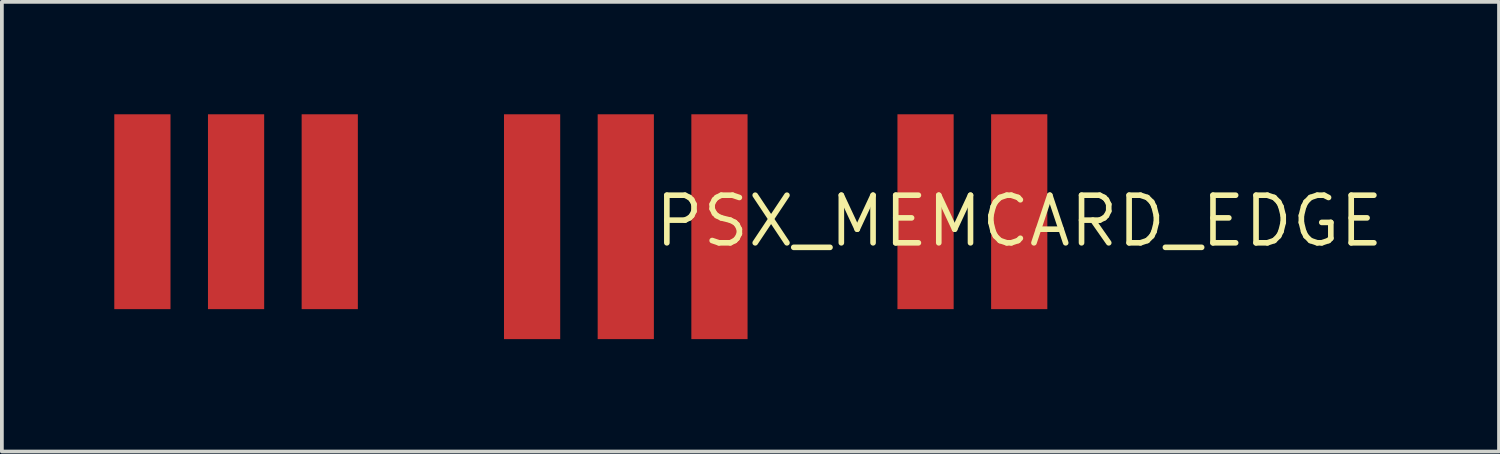
<source format=kicad_pcb>
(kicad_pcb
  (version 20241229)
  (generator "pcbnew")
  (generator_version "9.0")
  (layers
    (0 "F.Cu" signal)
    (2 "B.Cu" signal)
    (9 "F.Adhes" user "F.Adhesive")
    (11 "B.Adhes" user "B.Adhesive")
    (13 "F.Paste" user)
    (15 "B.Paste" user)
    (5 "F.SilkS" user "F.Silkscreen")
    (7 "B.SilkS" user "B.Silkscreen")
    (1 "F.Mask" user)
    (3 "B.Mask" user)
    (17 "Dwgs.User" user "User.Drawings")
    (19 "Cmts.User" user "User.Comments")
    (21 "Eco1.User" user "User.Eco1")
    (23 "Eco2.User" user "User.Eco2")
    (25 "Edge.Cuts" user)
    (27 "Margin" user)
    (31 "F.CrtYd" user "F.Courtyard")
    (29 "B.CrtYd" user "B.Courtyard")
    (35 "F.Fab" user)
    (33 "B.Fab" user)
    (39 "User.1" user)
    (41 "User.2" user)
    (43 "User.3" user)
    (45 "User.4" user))
  (footprint "PSX_MEMCARD_EDGE"
    (layer "F.Cu")
    (at 24.15 2.85)
    (property "Reference" "PSX_MEMCARD_EDGE" (at 0 0 0) (layer "F.SilkS") (effects (font (size 1.27 1.27) (thickness 0.15))))
    (pad "1" smd rect (at 0 -0.25 180) (size 1.5 5.2) (layers "F.Cu" "F.Mask"))
    (pad "2" smd rect (at -2.5 -0.25 180) (size 1.5 5.2) (layers "F.Cu" "F.Mask"))
    (pad "3" smd rect (at -8 0.15 180) (size 1.5 6) (layers "F.Cu" "F.Mask"))
    (pad "4" smd rect (at -10.5 0.15 180) (size 1.5 6) (layers "F.Cu" "F.Mask"))
    (pad "5" smd rect (at -13 0.15 180) (size 1.5 6) (layers "F.Cu" "F.Mask"))
    (pad "6" smd rect (at -18.4 -0.25 180) (size 1.5 5.2) (layers "F.Cu" "F.Mask"))
    (pad "7" smd rect (at -20.9 -0.25 180) (size 1.5 5.2) (layers "F.Cu" "F.Mask"))
    (pad "8" smd rect (at -23.4 -0.25 180) (size 1.5 5.2) (layers "F.Cu" "F.Mask")))
  (gr_rect
    (start -3 -3)
    (end 36.954 9)
    (stroke (width 0.1) (type default))
    (fill no)
    (layer "Edge.Cuts")))
</source>
